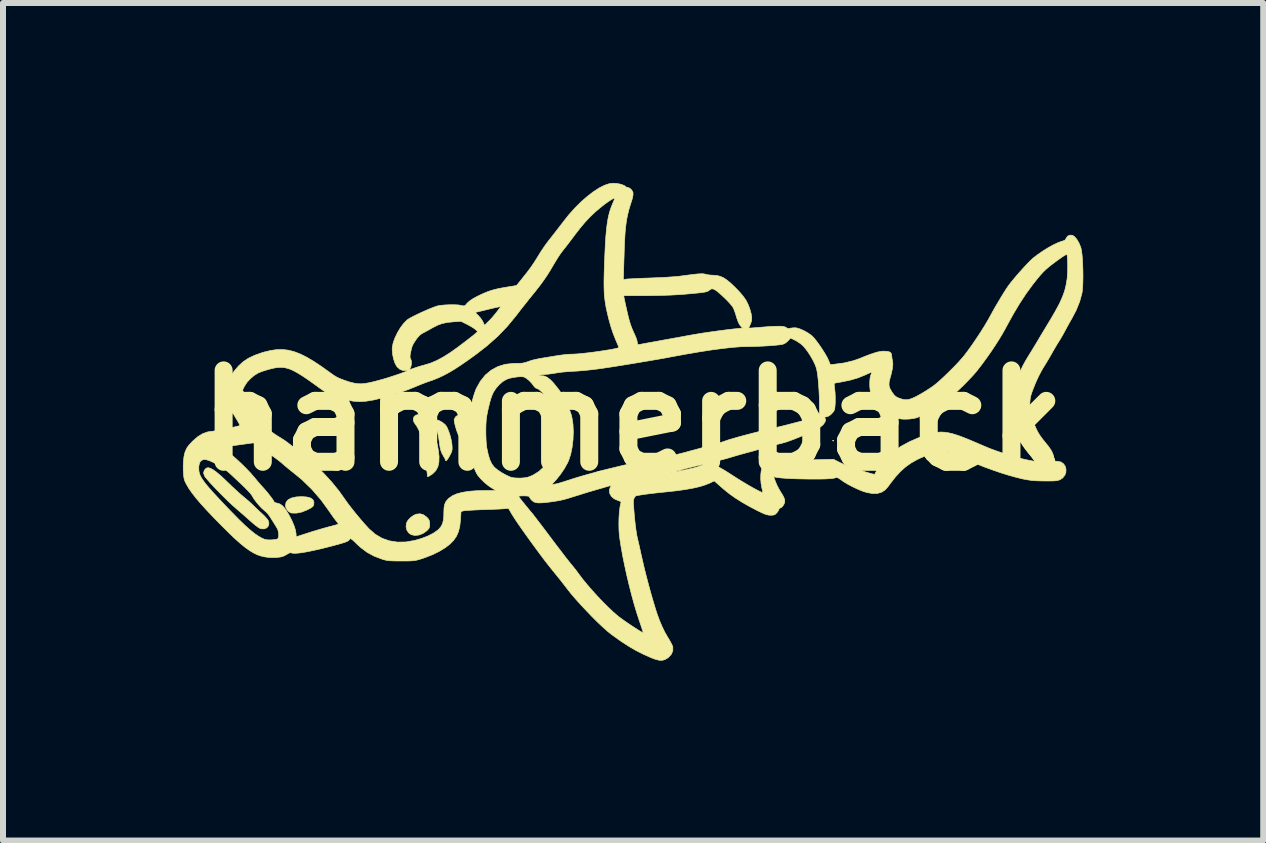
<source format=kicad_pcb>
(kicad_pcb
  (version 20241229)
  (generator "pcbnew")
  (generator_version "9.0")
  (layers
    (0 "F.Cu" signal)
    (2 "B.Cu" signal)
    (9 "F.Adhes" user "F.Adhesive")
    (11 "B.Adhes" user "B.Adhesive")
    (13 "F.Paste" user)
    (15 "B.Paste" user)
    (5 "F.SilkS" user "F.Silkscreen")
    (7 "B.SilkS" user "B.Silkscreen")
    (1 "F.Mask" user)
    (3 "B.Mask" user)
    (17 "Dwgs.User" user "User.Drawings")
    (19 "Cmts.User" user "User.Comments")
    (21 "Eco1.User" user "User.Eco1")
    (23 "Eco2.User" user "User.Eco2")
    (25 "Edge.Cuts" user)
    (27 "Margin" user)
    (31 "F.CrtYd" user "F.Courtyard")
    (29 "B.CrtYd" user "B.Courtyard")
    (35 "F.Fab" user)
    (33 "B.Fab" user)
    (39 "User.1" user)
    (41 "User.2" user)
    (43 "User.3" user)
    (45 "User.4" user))
  (footprint "hammerback"
    (layer "F.Cu")
    (at 7.5 3.96)
    (property "Reference" "hammerback" (at 0 0 0) (layer "F.SilkS") (effects (font (size 1.524 1.524) (thickness 0.3))))
    (attr through_hole)
    (fp_poly (pts (xy 3.772 0.768) (xy 3.766 0.775) (xy 3.759 0.768) (xy 3.766 0.762) (xy 3.772 0.768)) (stroke (width 0.01) (type solid)) (fill yes) (layer "F.SilkS"))
    (fp_poly (pts (xy 3.349 0.334) (xy 3.347 0.342) (xy 3.34 0.343) (xy 3.33 0.338) (xy 3.332 0.334) (xy 3.347 0.333) (xy 3.349 0.334)) (stroke (width 0.01) (type solid)) (fill yes) (layer "F.SilkS"))
    (fp_poly (pts (xy -5.434 1.276) (xy -5.372 1.293) (xy -5.332 1.321) (xy -5.316 1.361) (xy -5.319 1.405) (xy -5.328 1.426) (xy -5.347 1.445) (xy -5.38 1.466) (xy -5.427 1.49) (xy -5.518 1.527) (xy -5.605 1.545) (xy -5.683 1.544) (xy -5.699 1.541) (xy -5.734 1.522) (xy -5.766 1.487) (xy -5.787 1.445) (xy -5.791 1.416) (xy -5.78 1.363) (xy -5.747 1.322) (xy -5.691 1.293) (xy -5.613 1.275) (xy -5.518 1.27) (xy -5.434 1.276)) (stroke (width 0.01) (type solid)) (fill yes) (layer "F.SilkS"))
    (fp_poly (pts (xy -3.49 1.572) (xy -3.436 1.612) (xy -3.429 1.619) (xy -3.402 1.65) (xy -3.39 1.68) (xy -3.386 1.719) (xy -3.386 1.729) (xy -3.388 1.769) (xy -3.396 1.796) (xy -3.417 1.822) (xy -3.438 1.842) (xy -3.499 1.885) (xy -3.568 1.911) (xy -3.637 1.917) (xy -3.694 1.904) (xy -3.737 1.874) (xy -3.767 1.828) (xy -3.78 1.772) (xy -3.774 1.713) (xy -3.772 1.708) (xy -3.747 1.663) (xy -3.704 1.618) (xy -3.654 1.582) (xy -3.607 1.562) (xy -3.545 1.556) (xy -3.49 1.572)) (stroke (width 0.01) (type solid)) (fill yes) (layer "F.SilkS"))
    (fp_poly (pts (xy -3.529 -0.089) (xy -3.513 -0.083) (xy -3.465 -0.048) (xy -3.417 0.01) (xy -3.371 0.086) (xy -3.329 0.178) (xy -3.292 0.282) (xy -3.261 0.396) (xy -3.244 0.483) (xy -3.23 0.597) (xy -3.232 0.692) (xy -3.249 0.771) (xy -3.284 0.836) (xy -3.336 0.889) (xy -3.389 0.924) (xy -3.414 0.936) (xy -3.424 0.934) (xy -3.426 0.913) (xy -3.426 0.898) (xy -3.43 0.862) (xy -3.439 0.815) (xy -3.446 0.787) (xy -3.454 0.745) (xy -3.463 0.685) (xy -3.469 0.619) (xy -3.472 0.578) (xy -3.483 0.467) (xy -3.502 0.358) (xy -3.529 0.257) (xy -3.563 0.169) (xy -3.6 0.098) (xy -3.623 0.067) (xy -3.652 0.021) (xy -3.66 -0.023) (xy -3.648 -0.061) (xy -3.62 -0.087) (xy -3.58 -0.098) (xy -3.529 -0.089)) (stroke (width 0.01) (type solid)) (fill yes) (layer "F.SilkS"))
    (fp_poly (pts (xy -3.245 -0.004) (xy -3.209 0.012) (xy -3.205 0.014) (xy -3.164 0.04) (xy -3.128 0.07) (xy -3.117 0.083) (xy -3.092 0.125) (xy -3.067 0.186) (xy -3.044 0.256) (xy -3.026 0.329) (xy -3.015 0.397) (xy -3.014 0.412) (xy -3.011 0.462) (xy -3.014 0.498) (xy -3.024 0.531) (xy -3.045 0.574) (xy -3.05 0.583) (xy -3.077 0.63) (xy -3.099 0.661) (xy -3.116 0.673) (xy -3.124 0.665) (xy -3.124 0.658) (xy -3.131 0.637) (xy -3.148 0.607) (xy -3.154 0.597) (xy -3.179 0.554) (xy -3.198 0.508) (xy -3.212 0.452) (xy -3.223 0.38) (xy -3.227 0.346) (xy -3.237 0.281) (xy -3.251 0.214) (xy -3.267 0.157) (xy -3.271 0.145) (xy -3.291 0.088) (xy -3.3 0.049) (xy -3.298 0.022) (xy -3.287 0.004) (xy -3.283 -0.000128) (xy -3.267 -0.008) (xy -3.245 -0.004)) (stroke (width 0.01) (type solid)) (fill yes) (layer "F.SilkS"))
    (fp_poly (pts (xy -7.039 0.799) (xy -6.993 0.824) (xy -6.936 0.866) (xy -6.868 0.924) (xy -6.785 1.001) (xy -6.731 1.053) (xy -6.672 1.11) (xy -6.61 1.167) (xy -6.552 1.22) (xy -6.503 1.262) (xy -6.49 1.273) (xy -6.437 1.317) (xy -6.381 1.366) (xy -6.333 1.411) (xy -6.323 1.421) (xy -6.276 1.467) (xy -6.221 1.519) (xy -6.174 1.561) (xy -6.135 1.599) (xy -6.101 1.637) (xy -6.079 1.667) (xy -6.077 1.671) (xy -6.066 1.718) (xy -6.076 1.759) (xy -6.102 1.79) (xy -6.142 1.807) (xy -6.189 1.807) (xy -6.219 1.798) (xy -6.245 1.782) (xy -6.283 1.754) (xy -6.33 1.716) (xy -6.378 1.674) (xy -6.439 1.62) (xy -6.509 1.558) (xy -6.579 1.498) (xy -6.619 1.463) (xy -6.671 1.417) (xy -6.73 1.362) (xy -6.795 1.299) (xy -6.861 1.233) (xy -6.927 1.166) (xy -6.989 1.101) (xy -7.045 1.041) (xy -7.09 0.989) (xy -7.124 0.949) (xy -7.142 0.923) (xy -7.142 0.922) (xy -7.156 0.876) (xy -7.146 0.836) (xy -7.127 0.81) (xy -7.104 0.792) (xy -7.075 0.788) (xy -7.039 0.799)) (stroke (width 0.01) (type solid)) (fill yes) (layer "F.SilkS"))
    (fp_poly (pts (xy -0.273 -3.952) (xy -0.216 -3.942) (xy -0.167 -3.927) (xy -0.133 -3.911) (xy -0.126 -3.904) (xy -0.101 -3.888) (xy -0.089 -3.886) (xy -0.055 -3.875) (xy -0.023 -3.848) (xy -0.000099 -3.812) (xy 0.004 -3.797) (xy 0.004 -3.756) (xy -0.009 -3.695) (xy -0.02 -3.66) (xy -0.045 -3.581) (xy -0.067 -3.507) (xy -0.084 -3.436) (xy -0.099 -3.365) (xy -0.111 -3.289) (xy -0.121 -3.207) (xy -0.129 -3.115) (xy -0.135 -3.008) (xy -0.141 -2.885) (xy -0.145 -2.741) (xy -0.148 -2.656) (xy -0.157 -2.346) (xy -0.123 -2.354) (xy -0.102 -2.357) (xy -0.06 -2.36) (xy 0.002 -2.363) (xy 0.078 -2.367) (xy 0.165 -2.371) (xy 0.26 -2.374) (xy 0.282 -2.375) (xy 0.385 -2.379) (xy 0.487 -2.383) (xy 0.582 -2.389) (xy 0.667 -2.395) (xy 0.737 -2.4) (xy 0.786 -2.406) (xy 0.787 -2.406) (xy 0.902 -2.421) (xy 0.993 -2.433) (xy 1.065 -2.441) (xy 1.121 -2.445) (xy 1.162 -2.446) (xy 1.191 -2.443) (xy 1.212 -2.438) (xy 1.213 -2.438) (xy 1.245 -2.43) (xy 1.292 -2.424) (xy 1.344 -2.421) (xy 1.346 -2.421) (xy 1.407 -2.416) (xy 1.461 -2.402) (xy 1.515 -2.378) (xy 1.571 -2.34) (xy 1.635 -2.287) (xy 1.702 -2.223) (xy 1.779 -2.144) (xy 1.838 -2.074) (xy 1.884 -2.01) (xy 1.918 -1.945) (xy 1.946 -1.875) (xy 1.951 -1.861) (xy 1.973 -1.782) (xy 1.983 -1.72) (xy 1.982 -1.669) (xy 1.968 -1.622) (xy 1.959 -1.601) (xy 1.944 -1.568) (xy 1.935 -1.546) (xy 1.935 -1.541) (xy 1.948 -1.54) (xy 1.983 -1.542) (xy 2.034 -1.546) (xy 2.099 -1.551) (xy 2.173 -1.557) (xy 2.287 -1.566) (xy 2.378 -1.57) (xy 2.448 -1.571) (xy 2.501 -1.568) (xy 2.537 -1.56) (xy 2.559 -1.549) (xy 2.561 -1.547) (xy 2.58 -1.535) (xy 2.607 -1.534) (xy 2.633 -1.539) (xy 2.679 -1.545) (xy 2.723 -1.544) (xy 2.73 -1.543) (xy 2.793 -1.524) (xy 2.863 -1.492) (xy 2.932 -1.452) (xy 2.988 -1.41) (xy 3.024 -1.373) (xy 3.067 -1.318) (xy 3.115 -1.253) (xy 3.162 -1.182) (xy 3.206 -1.113) (xy 3.242 -1.049) (xy 3.264 -1.002) (xy 3.293 -0.931) (xy 3.351 -0.936) (xy 3.525 -0.959) (xy 3.682 -0.997) (xy 3.778 -1.031) (xy 3.879 -1.072) (xy 3.961 -1.103) (xy 4.027 -1.125) (xy 4.081 -1.141) (xy 4.127 -1.15) (xy 4.168 -1.155) (xy 4.192 -1.155) (xy 4.252 -1.151) (xy 4.291 -1.138) (xy 4.312 -1.112) (xy 4.318 -1.072) (xy 4.318 -1.072) (xy 4.322 -1.033) (xy 4.331 -0.991) (xy 4.331 -0.991) (xy 4.336 -0.937) (xy 4.328 -0.862) (xy 4.307 -0.767) (xy 4.29 -0.707) (xy 4.274 -0.641) (xy 4.272 -0.587) (xy 4.285 -0.538) (xy 4.315 -0.484) (xy 4.326 -0.467) (xy 4.357 -0.425) (xy 4.386 -0.398) (xy 4.422 -0.379) (xy 4.45 -0.368) (xy 4.504 -0.351) (xy 4.551 -0.345) (xy 4.599 -0.349) (xy 4.653 -0.366) (xy 4.717 -0.395) (xy 4.783 -0.431) (xy 4.848 -0.469) (xy 4.914 -0.51) (xy 4.973 -0.549) (xy 5.012 -0.576) (xy 5.065 -0.618) (xy 5.13 -0.675) (xy 5.203 -0.743) (xy 5.279 -0.817) (xy 5.355 -0.893) (xy 5.425 -0.966) (xy 5.485 -1.033) (xy 5.524 -1.079) (xy 5.586 -1.161) (xy 5.656 -1.258) (xy 5.728 -1.364) (xy 5.8 -1.473) (xy 5.866 -1.578) (xy 5.923 -1.675) (xy 5.956 -1.734) (xy 5.997 -1.809) (xy 6.043 -1.891) (xy 6.093 -1.975) (xy 6.142 -2.058) (xy 6.189 -2.134) (xy 6.231 -2.2) (xy 6.265 -2.249) (xy 6.278 -2.267) (xy 6.333 -2.336) (xy 6.395 -2.41) (xy 6.46 -2.484) (xy 6.524 -2.555) (xy 6.583 -2.618) (xy 6.635 -2.67) (xy 6.675 -2.707) (xy 6.677 -2.709) (xy 6.755 -2.768) (xy 6.839 -2.826) (xy 6.924 -2.879) (xy 7.007 -2.925) (xy 7.082 -2.961) (xy 7.145 -2.985) (xy 7.171 -2.992) (xy 7.205 -3.006) (xy 7.224 -3.035) (xy 7.225 -3.037) (xy 7.249 -3.072) (xy 7.287 -3.09) (xy 7.331 -3.087) (xy 7.334 -3.086) (xy 7.368 -3.062) (xy 7.404 -3.019) (xy 7.438 -2.961) (xy 7.466 -2.894) (xy 7.47 -2.884) (xy 7.481 -2.835) (xy 7.49 -2.767) (xy 7.497 -2.683) (xy 7.502 -2.588) (xy 7.505 -2.489) (xy 7.506 -2.39) (xy 7.504 -2.297) (xy 7.5 -2.213) (xy 7.493 -2.145) (xy 7.488 -2.117) (xy 7.451 -1.982) (xy 7.394 -1.84) (xy 7.319 -1.697) (xy 7.284 -1.637) (xy 7.249 -1.573) (xy 7.218 -1.516) (xy 7.207 -1.495) (xy 7.176 -1.438) (xy 7.139 -1.374) (xy 7.108 -1.323) (xy 7.078 -1.276) (xy 7.042 -1.215) (xy 7.004 -1.15) (xy 6.979 -1.105) (xy 6.941 -1.039) (xy 6.899 -0.969) (xy 6.86 -0.905) (xy 6.838 -0.87) (xy 6.809 -0.819) (xy 6.774 -0.752) (xy 6.738 -0.677) (xy 6.705 -0.6) (xy 6.699 -0.584) (xy 6.67 -0.512) (xy 6.65 -0.457) (xy 6.637 -0.414) (xy 6.628 -0.375) (xy 6.623 -0.335) (xy 6.62 -0.287) (xy 6.62 -0.273) (xy 6.618 -0.216) (xy 6.618 -0.174) (xy 6.623 -0.137) (xy 6.634 -0.098) (xy 6.651 -0.048) (xy 6.664 -0.013) (xy 6.699 0.076) (xy 6.73 0.146) (xy 6.76 0.205) (xy 6.795 0.259) (xy 6.836 0.315) (xy 6.869 0.356) (xy 6.925 0.425) (xy 6.966 0.482) (xy 6.993 0.53) (xy 7.01 0.574) (xy 7.019 0.618) (xy 7.019 0.62) (xy 7.026 0.679) (xy 7.083 0.681) (xy 7.139 0.693) (xy 7.181 0.722) (xy 7.21 0.764) (xy 7.223 0.813) (xy 7.221 0.866) (xy 7.202 0.916) (xy 7.166 0.96) (xy 7.131 0.983) (xy 7.11 0.993) (xy 7.086 1) (xy 7.057 1.005) (xy 7.017 1.008) (xy 6.961 1.009) (xy 6.885 1.009) (xy 6.871 1.009) (xy 6.782 1.008) (xy 6.711 1.005) (xy 6.649 1) (xy 6.589 0.991) (xy 6.522 0.979) (xy 6.496 0.974) (xy 6.391 0.948) (xy 6.268 0.914) (xy 6.136 0.873) (xy 6 0.826) (xy 5.865 0.777) (xy 5.74 0.727) (xy 5.658 0.692) (xy 5.53 0.637) (xy 5.415 0.591) (xy 5.314 0.557) (xy 5.232 0.533) (xy 5.168 0.522) (xy 5.148 0.521) (xy 5.099 0.526) (xy 5.034 0.541) (xy 4.959 0.564) (xy 4.879 0.592) (xy 4.801 0.624) (xy 4.743 0.651) (xy 4.642 0.708) (xy 4.55 0.773) (xy 4.465 0.849) (xy 4.38 0.941) (xy 4.294 1.051) (xy 4.261 1.097) (xy 4.208 1.158) (xy 4.147 1.197) (xy 4.077 1.217) (xy 3.994 1.218) (xy 3.896 1.2) (xy 3.894 1.199) (xy 3.83 1.179) (xy 3.753 1.147) (xy 3.671 1.108) (xy 3.59 1.066) (xy 3.519 1.024) (xy 3.486 1) (xy 3.446 0.972) (xy 3.42 0.956) (xy 3.4 0.952) (xy 3.379 0.955) (xy 3.365 0.96) (xy 3.334 0.966) (xy 3.28 0.971) (xy 3.21 0.975) (xy 3.125 0.977) (xy 3.03 0.977) (xy 2.93 0.977) (xy 2.827 0.975) (xy 2.725 0.973) (xy 2.629 0.969) (xy 2.542 0.964) (xy 2.468 0.958) (xy 2.411 0.951) (xy 2.378 0.945) (xy 2.349 0.937) (xy 2.379 1.02) (xy 2.403 1.077) (xy 2.435 1.139) (xy 2.461 1.184) (xy 2.5 1.246) (xy 2.523 1.293) (xy 2.534 1.331) (xy 2.533 1.363) (xy 2.532 1.369) (xy 2.517 1.404) (xy 2.494 1.436) (xy 2.469 1.457) (xy 2.455 1.46) (xy 2.44 1.471) (xy 2.438 1.479) (xy 2.43 1.5) (xy 2.41 1.529) (xy 2.402 1.539) (xy 2.377 1.564) (xy 2.353 1.576) (xy 2.318 1.58) (xy 2.297 1.58) (xy 2.265 1.578) (xy 2.233 1.571) (xy 2.196 1.559) (xy 2.147 1.537) (xy 2.083 1.506) (xy 2.075 1.502) (xy 1.938 1.43) (xy 1.819 1.362) (xy 1.713 1.295) (xy 1.614 1.225) (xy 1.517 1.147) (xy 1.432 1.073) (xy 1.359 1.008) (xy 1.286 1.043) (xy 1.209 1.074) (xy 1.117 1.103) (xy 1.008 1.128) (xy 0.88 1.151) (xy 0.732 1.172) (xy 0.56 1.191) (xy 0.529 1.194) (xy 0.44 1.203) (xy 0.351 1.213) (xy 0.267 1.223) (xy 0.192 1.233) (xy 0.128 1.243) (xy 0.08 1.251) (xy 0.051 1.257) (xy 0.045 1.261) (xy 0.038 1.272) (xy 0.023 1.295) (xy 0.017 1.308) (xy 0.013 1.325) (xy 0.011 1.348) (xy 0.011 1.382) (xy 0.014 1.431) (xy 0.019 1.498) (xy 0.026 1.581) (xy 0.034 1.666) (xy 0.043 1.748) (xy 0.053 1.823) (xy 0.062 1.883) (xy 0.069 1.924) (xy 0.079 1.967) (xy 0.093 2.028) (xy 0.11 2.101) (xy 0.127 2.18) (xy 0.139 2.235) (xy 0.165 2.348) (xy 0.194 2.472) (xy 0.227 2.603) (xy 0.262 2.736) (xy 0.297 2.865) (xy 0.332 2.987) (xy 0.365 3.097) (xy 0.394 3.19) (xy 0.411 3.241) (xy 0.451 3.348) (xy 0.49 3.439) (xy 0.53 3.522) (xy 0.577 3.605) (xy 0.604 3.649) (xy 0.631 3.696) (xy 0.654 3.741) (xy 0.667 3.775) (xy 0.668 3.78) (xy 0.667 3.842) (xy 0.642 3.9) (xy 0.593 3.952) (xy 0.588 3.956) (xy 0.541 3.985) (xy 0.493 3.999) (xy 0.439 3.998) (xy 0.373 3.981) (xy 0.311 3.958) (xy 0.18 3.9) (xy 0.055 3.837) (xy -0.068 3.765) (xy -0.196 3.682) (xy -0.333 3.584) (xy -0.363 3.562) (xy -0.428 3.509) (xy -0.505 3.44) (xy -0.591 3.359) (xy -0.682 3.268) (xy -0.775 3.171) (xy -0.867 3.073) (xy -0.954 2.976) (xy -1.033 2.884) (xy -1.099 2.8) (xy -1.104 2.793) (xy -1.155 2.727) (xy -1.21 2.657) (xy -1.262 2.592) (xy -1.307 2.537) (xy -1.315 2.527) (xy -1.366 2.464) (xy -1.426 2.388) (xy -1.493 2.301) (xy -1.563 2.207) (xy -1.636 2.108) (xy -1.709 2.008) (xy -1.78 1.909) (xy -1.847 1.815) (xy -1.908 1.727) (xy -1.96 1.65) (xy -2.002 1.585) (xy -2.031 1.537) (xy -2.04 1.521) (xy -2.06 1.485) (xy -2.075 1.468) (xy -2.091 1.465) (xy -2.1 1.467) (xy -2.119 1.47) (xy -2.161 1.473) (xy -2.22 1.477) (xy -2.294 1.48) (xy -2.378 1.483) (xy -2.457 1.486) (xy -2.549 1.489) (xy -2.633 1.493) (xy -2.707 1.497) (xy -2.767 1.501) (xy -2.808 1.504) (xy -2.826 1.508) (xy -2.864 1.519) (xy -2.872 1.652) (xy -2.884 1.762) (xy -2.906 1.853) (xy -2.94 1.931) (xy -2.989 2.001) (xy -3.049 2.062) (xy -3.127 2.122) (xy -3.224 2.181) (xy -3.335 2.236) (xy -3.454 2.283) (xy -3.505 2.301) (xy -3.554 2.316) (xy -3.594 2.327) (xy -3.631 2.335) (xy -3.67 2.339) (xy -3.717 2.342) (xy -3.778 2.343) (xy -3.859 2.343) (xy -3.861 2.343) (xy -3.945 2.343) (xy -4.009 2.341) (xy -4.058 2.339) (xy -4.098 2.334) (xy -4.133 2.326) (xy -4.171 2.316) (xy -4.178 2.313) (xy -4.311 2.263) (xy -4.429 2.199) (xy -4.538 2.117) (xy -4.592 2.068) (xy -4.639 2.022) (xy -4.672 1.992) (xy -4.694 1.976) (xy -4.707 1.971) (xy -4.716 1.975) (xy -4.722 1.983) (xy -4.732 1.996) (xy -4.747 2.008) (xy -4.77 2.02) (xy -4.802 2.032) (xy -4.849 2.047) (xy -4.911 2.065) (xy -4.992 2.087) (xy -5.093 2.113) (xy -5.231 2.147) (xy -5.354 2.174) (xy -5.461 2.195) (xy -5.55 2.209) (xy -5.619 2.215) (xy -5.666 2.214) (xy -5.681 2.211) (xy -5.707 2.205) (xy -5.733 2.212) (xy -5.761 2.229) (xy -5.815 2.259) (xy -5.875 2.277) (xy -5.949 2.285) (xy -5.989 2.286) (xy -6.061 2.284) (xy -6.128 2.276) (xy -6.192 2.262) (xy -6.256 2.241) (xy -6.321 2.21) (xy -6.389 2.169) (xy -6.463 2.116) (xy -6.543 2.051) (xy -6.632 1.972) (xy -6.731 1.877) (xy -6.843 1.766) (xy -6.97 1.637) (xy -6.993 1.613) (xy -7.107 1.493) (xy -7.204 1.386) (xy -7.284 1.292) (xy -7.35 1.207) (xy -7.403 1.131) (xy -7.445 1.059) (xy -7.469 1.01) (xy -7.482 0.966) (xy -7.49 0.904) (xy -7.494 0.831) (xy -7.494 0.819) (xy -7.236 0.819) (xy -7.232 0.852) (xy -7.224 0.886) (xy -7.211 0.921) (xy -7.19 0.959) (xy -7.161 1.003) (xy -7.123 1.054) (xy -7.073 1.114) (xy -7.012 1.184) (xy -6.937 1.265) (xy -6.848 1.361) (xy -6.742 1.472) (xy -6.68 1.536) (xy -6.568 1.65) (xy -6.469 1.746) (xy -6.381 1.824) (xy -6.305 1.886) (xy -6.236 1.933) (xy -6.179 1.965) (xy -6.137 1.982) (xy -6.098 1.99) (xy -6.049 1.992) (xy -6.023 1.991) (xy -5.976 1.987) (xy -5.939 1.981) (xy -5.918 1.973) (xy -5.918 1.973) (xy -5.906 1.947) (xy -5.903 1.907) (xy -5.908 1.86) (xy -5.919 1.818) (xy -5.928 1.8) (xy -5.979 1.716) (xy -6.02 1.651) (xy -6.052 1.601) (xy -6.079 1.564) (xy -6.102 1.537) (xy -6.125 1.516) (xy -6.139 1.504) (xy -6.184 1.465) (xy -6.233 1.413) (xy -6.28 1.356) (xy -6.32 1.302) (xy -6.345 1.259) (xy -6.358 1.238) (xy -6.382 1.209) (xy -6.417 1.171) (xy -6.466 1.121) (xy -6.53 1.059) (xy -6.611 0.983) (xy -6.709 0.892) (xy -6.715 0.886) (xy -6.776 0.834) (xy -6.845 0.785) (xy -6.919 0.739) (xy -6.991 0.701) (xy -7.057 0.671) (xy -7.113 0.654) (xy -7.149 0.65) (xy -7.192 0.665) (xy -7.22 0.701) (xy -7.235 0.757) (xy -7.236 0.819) (xy -7.494 0.819) (xy -7.495 0.752) (xy -7.491 0.674) (xy -7.483 0.604) (xy -7.471 0.548) (xy -7.467 0.534) (xy -7.449 0.49) (xy -7.431 0.454) (xy -7.427 0.449) (xy -6.884 0.449) (xy -6.785 0.506) (xy -6.733 0.541) (xy -6.668 0.592) (xy -6.596 0.655) (xy -6.52 0.726) (xy -6.445 0.8) (xy -6.374 0.875) (xy -6.312 0.946) (xy -6.301 0.959) (xy -6.26 1.009) (xy -6.215 1.061) (xy -6.176 1.105) (xy -6.17 1.111) (xy -6.13 1.156) (xy -6.088 1.205) (xy -6.05 1.254) (xy -6.017 1.298) (xy -5.993 1.332) (xy -5.982 1.353) (xy -5.982 1.355) (xy -5.971 1.366) (xy -5.942 1.376) (xy -5.93 1.378) (xy -5.885 1.392) (xy -5.843 1.42) (xy -5.802 1.465) (xy -5.759 1.529) (xy -5.731 1.577) (xy -5.683 1.67) (xy -5.647 1.756) (xy -5.623 1.831) (xy -5.614 1.89) (xy -5.613 1.897) (xy -5.613 1.94) (xy -5.421 1.878) (xy -5.34 1.852) (xy -5.252 1.826) (xy -5.168 1.801) (xy -5.095 1.781) (xy -5.082 1.777) (xy -5.023 1.762) (xy -4.972 1.748) (xy -4.935 1.738) (xy -4.917 1.733) (xy -4.911 1.723) (xy -4.924 1.7) (xy -4.94 1.681) (xy -4.963 1.652) (xy -4.996 1.608) (xy -5.033 1.555) (xy -5.067 1.505) (xy -5.2 1.322) (xy -5.35 1.149) (xy -5.511 0.992) (xy -5.645 0.881) (xy -5.702 0.836) (xy -5.767 0.783) (xy -5.828 0.731) (xy -5.848 0.713) (xy -5.905 0.667) (xy -5.973 0.616) (xy -6.042 0.569) (xy -6.077 0.548) (xy -6.134 0.512) (xy -6.188 0.475) (xy -6.232 0.441) (xy -6.255 0.421) (xy -6.291 0.389) (xy -6.319 0.376) (xy -6.337 0.375) (xy -6.359 0.378) (xy -6.402 0.384) (xy -6.461 0.392) (xy -6.533 0.402) (xy -6.612 0.413) (xy -6.626 0.415) (xy -6.884 0.449) (xy -7.427 0.449) (xy -7.408 0.422) (xy -7.376 0.385) (xy -7.333 0.341) (xy -7.253 0.271) (xy -7.17 0.22) (xy -7.088 0.191) (xy -7.036 0.183) (xy -7.006 0.18) (xy -6.957 0.172) (xy -6.895 0.161) (xy -6.824 0.147) (xy -6.75 0.132) (xy -6.679 0.117) (xy -6.617 0.103) (xy -6.569 0.091) (xy -6.55 0.085) (xy -6.553 0.074) (xy -6.567 0.046) (xy -6.59 0.006) (xy -6.616 -0.036) (xy -6.65 -0.093) (xy -6.683 -0.151) (xy -6.708 -0.202) (xy -6.718 -0.226) (xy -6.737 -0.274) (xy -6.755 -0.32) (xy -6.764 -0.343) (xy -6.784 -0.412) (xy -6.789 -0.478) (xy -6.785 -0.508) (xy -6.505 -0.508) (xy -6.471 -0.424) (xy -6.446 -0.372) (xy -6.408 -0.306) (xy -6.359 -0.231) (xy -6.303 -0.15) (xy -6.243 -0.068) (xy -6.183 0.011) (xy -6.124 0.082) (xy -6.071 0.142) (xy -6.027 0.186) (xy -6.012 0.198) (xy -5.978 0.222) (xy -5.931 0.254) (xy -5.878 0.286) (xy -5.861 0.297) (xy -5.804 0.333) (xy -5.74 0.38) (xy -5.679 0.427) (xy -5.658 0.445) (xy -5.603 0.491) (xy -5.537 0.545) (xy -5.472 0.597) (xy -5.436 0.625) (xy -5.297 0.742) (xy -5.157 0.877) (xy -5.021 1.025) (xy -4.897 1.178) (xy -4.803 1.31) (xy -4.754 1.379) (xy -4.692 1.46) (xy -4.621 1.549) (xy -4.547 1.638) (xy -4.473 1.724) (xy -4.404 1.799) (xy -4.396 1.808) (xy -4.294 1.897) (xy -4.181 1.964) (xy -4.058 2.007) (xy -3.925 2.028) (xy -3.783 2.026) (xy -3.634 2) (xy -3.521 1.967) (xy -3.417 1.927) (xy -3.327 1.881) (xy -3.256 1.832) (xy -3.236 1.815) (xy -3.199 1.772) (xy -3.174 1.725) (xy -3.158 1.666) (xy -3.151 1.592) (xy -3.15 1.533) (xy -3.147 1.458) (xy -3.137 1.401) (xy -3.118 1.357) (xy -3.088 1.318) (xy -3.065 1.296) (xy -3.019 1.264) (xy -1.905 1.264) (xy -1.897 1.276) (xy -1.876 1.305) (xy -1.843 1.347) (xy -1.801 1.399) (xy -1.752 1.459) (xy -1.7 1.522) (xy -1.682 1.543) (xy -1.661 1.569) (xy -1.628 1.612) (xy -1.584 1.669) (xy -1.531 1.738) (xy -1.473 1.815) (xy -1.41 1.898) (xy -1.372 1.949) (xy -1.306 2.037) (xy -1.241 2.122) (xy -1.18 2.202) (xy -1.125 2.274) (xy -1.078 2.334) (xy -1.043 2.378) (xy -1.03 2.394) (xy -0.987 2.446) (xy -0.944 2.5) (xy -0.909 2.548) (xy -0.896 2.565) (xy -0.837 2.644) (xy -0.763 2.734) (xy -0.68 2.83) (xy -0.59 2.929) (xy -0.499 3.025) (xy -0.409 3.115) (xy -0.325 3.194) (xy -0.251 3.258) (xy -0.234 3.272) (xy -0.193 3.302) (xy -0.142 3.339) (xy -0.085 3.378) (xy -0.026 3.418) (xy 0.032 3.456) (xy 0.085 3.49) (xy 0.128 3.517) (xy 0.159 3.534) (xy 0.173 3.539) (xy 0.173 3.539) (xy 0.171 3.527) (xy 0.161 3.494) (xy 0.145 3.445) (xy 0.125 3.385) (xy 0.108 3.336) (xy 0.068 3.213) (xy 0.025 3.07) (xy -0.018 2.914) (xy -0.06 2.749) (xy -0.1 2.581) (xy -0.136 2.416) (xy -0.168 2.26) (xy -0.179 2.197) (xy -0.197 2.095) (xy -0.21 2.012) (xy -0.22 1.944) (xy -0.226 1.885) (xy -0.23 1.829) (xy -0.231 1.771) (xy -0.232 1.721) (xy -0.23 1.623) (xy -0.224 1.532) (xy -0.215 1.454) (xy -0.204 1.393) (xy -0.195 1.366) (xy -0.203 1.352) (xy -0.234 1.338) (xy -0.248 1.334) (xy -0.309 1.307) (xy -0.355 1.268) (xy -0.383 1.22) (xy -0.391 1.168) (xy -0.378 1.12) (xy -0.359 1.082) (xy -0.437 1.105) (xy -0.482 1.118) (xy -0.543 1.136) (xy -0.61 1.155) (xy -0.654 1.168) (xy -0.723 1.188) (xy -0.805 1.213) (xy -0.89 1.24) (xy -0.965 1.263) (xy -1.055 1.291) (xy -1.129 1.313) (xy -1.195 1.329) (xy -1.263 1.342) (xy -1.339 1.354) (xy -1.425 1.365) (xy -1.507 1.373) (xy -1.57 1.375) (xy -1.617 1.37) (xy -1.653 1.356) (xy -1.682 1.333) (xy -1.695 1.319) (xy -1.715 1.292) (xy -1.727 1.272) (xy -1.727 1.269) (xy -1.739 1.263) (xy -1.769 1.259) (xy -1.813 1.257) (xy -1.816 1.257) (xy -1.86 1.258) (xy -1.892 1.261) (xy -1.905 1.264) (xy -1.905 1.264) (xy -3.019 1.264) (xy -3.008 1.256) (xy -2.936 1.224) (xy -2.847 1.2) (xy -2.74 1.182) (xy -2.612 1.172) (xy -2.461 1.168) (xy -2.451 1.168) (xy -2.28 1.168) (xy -2.348 1.128) (xy -2.41 1.086) (xy -2.474 1.033) (xy -2.533 0.975) (xy -2.581 0.919) (xy -2.606 0.88) (xy -2.639 0.808) (xy -2.669 0.717) (xy -2.696 0.615) (xy -2.717 0.509) (xy -2.724 0.463) (xy -2.732 0.407) (xy -2.739 0.362) (xy -2.744 0.332) (xy -2.747 0.322) (xy -2.753 0.33) (xy -2.764 0.355) (xy -2.769 0.368) (xy -2.781 0.4) (xy -2.793 0.417) (xy -2.796 0.419) (xy -2.807 0.409) (xy -2.824 0.383) (xy -2.834 0.365) (xy -2.857 0.323) (xy -2.883 0.282) (xy -2.89 0.273) (xy -2.907 0.243) (xy -2.926 0.197) (xy -2.939 0.158) (xy -2.45 0.158) (xy -2.449 0.255) (xy -2.445 0.348) (xy -2.438 0.428) (xy -2.433 0.46) (xy -2.41 0.568) (xy -2.384 0.653) (xy -2.353 0.72) (xy -2.316 0.771) (xy -2.304 0.783) (xy -2.252 0.826) (xy -2.185 0.871) (xy -2.112 0.911) (xy -2.044 0.942) (xy -2.028 0.948) (xy -1.974 0.958) (xy -1.901 0.961) (xy -1.865 0.961) (xy -1.804 0.956) (xy -1.757 0.948) (xy -1.712 0.933) (xy -1.661 0.91) (xy -1.566 0.851) (xy -1.478 0.77) (xy -1.398 0.666) (xy -1.366 0.613) (xy -1.326 0.537) (xy -1.298 0.458) (xy -1.278 0.369) (xy -1.266 0.266) (xy -1.261 0.184) (xy -1.261 0.065) (xy -1.272 -0.037) (xy -1.297 -0.131) (xy -1.337 -0.223) (xy -1.395 -0.321) (xy -1.41 -0.344) (xy -1.451 -0.399) (xy -1.494 -0.45) (xy -1.536 -0.492) (xy -1.571 -0.521) (xy -1.597 -0.533) (xy -1.6 -0.533) (xy -1.625 -0.545) (xy -1.653 -0.577) (xy -1.656 -0.582) (xy -1.689 -0.625) (xy -1.73 -0.667) (xy -1.773 -0.702) (xy -1.811 -0.723) (xy -1.823 -0.727) (xy -1.868 -0.73) (xy -1.928 -0.726) (xy -1.994 -0.716) (xy -2.056 -0.703) (xy -2.104 -0.686) (xy -2.166 -0.65) (xy -2.228 -0.596) (xy -2.285 -0.53) (xy -2.329 -0.461) (xy -2.329 -0.459) (xy -2.356 -0.395) (xy -2.383 -0.306) (xy -2.411 -0.192) (xy -2.432 -0.089) (xy -2.442 -0.022) (xy -2.448 0.063) (xy -2.45 0.158) (xy -2.939 0.158) (xy -2.944 0.143) (xy -2.96 0.088) (xy -2.972 0.037) (xy -2.978 -0.002) (xy -2.977 -0.02) (xy -2.951 -0.064) (xy -2.917 -0.086) (xy -2.878 -0.087) (xy -2.836 -0.069) (xy -2.796 -0.03) (xy -2.766 0.017) (xy -2.757 0.033) (xy -2.751 0.038) (xy -2.745 0.027) (xy -2.74 -0.001) (xy -2.733 -0.051) (xy -2.731 -0.063) (xy -2.718 -0.145) (xy -2.699 -0.236) (xy -2.676 -0.327) (xy -2.652 -0.414) (xy -2.627 -0.487) (xy -2.61 -0.531) (xy -2.541 -0.654) (xy -2.465 -0.748) (xy -1.575 -0.748) (xy -1.564 -0.743) (xy -1.537 -0.744) (xy -1.532 -0.745) (xy -1.482 -0.743) (xy -1.429 -0.721) (xy -1.371 -0.676) (xy -1.326 -0.63) (xy -1.227 -0.507) (xy -1.142 -0.373) (xy -1.074 -0.234) (xy -1.026 -0.095) (xy -1.015 -0.051) (xy -0.997 0.063) (xy -0.991 0.188) (xy -0.996 0.318) (xy -1.011 0.445) (xy -1.035 0.564) (xy -1.069 0.667) (xy -1.086 0.705) (xy -1.14 0.802) (xy -1.207 0.901) (xy -1.278 0.989) (xy -1.287 0.999) (xy -1.352 1.07) (xy -1.295 1.061) (xy -1.261 1.054) (xy -1.211 1.04) (xy -1.149 1.021) (xy -1.083 1) (xy -1.073 0.997) (xy -0.982 0.967) (xy -0.873 0.934) (xy -0.753 0.9) (xy -0.63 0.866) (xy -0.599 0.857) (xy 0.635 0.857) (xy 0.641 0.864) (xy 0.648 0.857) (xy 0.641 0.851) (xy 0.635 0.857) (xy -0.599 0.857) (xy -0.562 0.847) (xy 0.725 0.847) (xy 0.73 0.849) (xy 0.759 0.846) (xy 0.811 0.836) (xy 0.888 0.821) (xy 0.889 0.82) (xy 0.956 0.805) (xy 1.023 0.789) (xy 1.08 0.773) (xy 1.111 0.763) (xy 1.151 0.749) (xy 1.181 0.74) (xy 1.192 0.737) (xy 1.192 0.731) (xy 1.179 0.732) (xy 1.145 0.739) (xy 1.093 0.75) (xy 1.029 0.766) (xy 0.955 0.784) (xy 0.939 0.788) (xy 0.852 0.81) (xy 0.786 0.828) (xy 0.744 0.84) (xy 0.725 0.847) (xy -0.562 0.847) (xy -0.511 0.834) (xy -0.402 0.807) (xy -0.381 0.802) (xy -0.319 0.787) (xy -0.245 0.769) (xy -0.171 0.751) (xy -0.14 0.744) (xy -0.071 0.728) (xy -0.018 0.718) (xy 1.232 0.718) (xy 1.238 0.724) (xy 1.242 0.721) (xy 1.27 0.721) (xy 1.286 0.724) (xy 1.29 0.724) (xy 1.327 0.73) (xy 1.377 0.749) (xy 1.441 0.781) (xy 1.522 0.827) (xy 1.619 0.888) (xy 1.673 0.923) (xy 1.74 0.966) (xy 1.811 1.01) (xy 1.884 1.054) (xy 1.955 1.096) (xy 2.021 1.133) (xy 2.079 1.164) (xy 2.125 1.187) (xy 2.155 1.201) (xy 2.167 1.203) (xy 2.166 1.19) (xy 2.16 1.159) (xy 2.152 1.124) (xy 2.139 1.051) (xy 2.133 0.977) (xy 2.134 0.906) (xy 2.141 0.842) (xy 2.153 0.79) (xy 2.171 0.753) (xy 2.193 0.737) (xy 2.198 0.737) (xy 2.223 0.728) (xy 2.251 0.707) (xy 2.252 0.706) (xy 2.288 0.683) (xy 2.337 0.667) (xy 2.389 0.661) (xy 2.427 0.664) (xy 2.446 0.666) (xy 2.487 0.666) (xy 2.547 0.666) (xy 2.623 0.665) (xy 2.712 0.664) (xy 2.811 0.661) (xy 2.899 0.659) (xy 3.345 0.647) (xy 3.46 0.705) (xy 3.513 0.729) (xy 3.561 0.749) (xy 3.598 0.76) (xy 3.612 0.762) (xy 3.643 0.768) (xy 3.663 0.78) (xy 3.677 0.788) (xy 3.71 0.801) (xy 3.757 0.818) (xy 3.812 0.836) (xy 3.87 0.855) (xy 3.926 0.872) (xy 3.975 0.886) (xy 4.012 0.895) (xy 4.031 0.899) (xy 4.033 0.898) (xy 4.039 0.886) (xy 4.054 0.858) (xy 4.075 0.819) (xy 4.078 0.813) (xy 4.145 0.711) (xy 4.234 0.612) (xy 4.344 0.518) (xy 4.472 0.431) (xy 4.616 0.353) (xy 4.772 0.285) (xy 4.877 0.248) (xy 4.949 0.226) (xy 5.015 0.209) (xy 5.076 0.198) (xy 5.136 0.193) (xy 5.198 0.196) (xy 5.264 0.206) (xy 5.337 0.223) (xy 5.42 0.249) (xy 5.515 0.284) (xy 5.626 0.329) (xy 5.755 0.384) (xy 5.867 0.432) (xy 5.961 0.471) (xy 6.071 0.511) (xy 6.189 0.551) (xy 6.308 0.589) (xy 6.421 0.621) (xy 6.52 0.646) (xy 6.547 0.652) (xy 6.605 0.664) (xy 6.654 0.673) (xy 6.688 0.679) (xy 6.703 0.68) (xy 6.703 0.68) (xy 6.698 0.669) (xy 6.679 0.643) (xy 6.651 0.608) (xy 6.64 0.595) (xy 6.585 0.529) (xy 6.541 0.472) (xy 6.505 0.421) (xy 6.474 0.368) (xy 6.445 0.31) (xy 6.416 0.241) (xy 6.384 0.157) (xy 6.358 0.085) (xy 6.334 0.017) (xy 6.317 -0.034) (xy 6.307 -0.076) (xy 6.302 -0.115) (xy 6.3 -0.159) (xy 6.299 -0.2) (xy 6.301 -0.287) (xy 6.308 -0.364) (xy 6.321 -0.437) (xy 6.341 -0.513) (xy 6.371 -0.6) (xy 6.402 -0.679) (xy 6.438 -0.768) (xy 6.47 -0.841) (xy 6.501 -0.907) (xy 6.536 -0.972) (xy 6.578 -1.044) (xy 6.621 -1.114) (xy 6.654 -1.167) (xy 6.694 -1.233) (xy 6.735 -1.301) (xy 6.762 -1.346) (xy 6.795 -1.402) (xy 6.837 -1.472) (xy 6.885 -1.551) (xy 6.934 -1.633) (xy 6.972 -1.695) (xy 7.05 -1.83) (xy 7.114 -1.949) (xy 7.163 -2.058) (xy 7.2 -2.16) (xy 7.225 -2.261) (xy 7.242 -2.364) (xy 7.249 -2.474) (xy 7.251 -2.559) (xy 7.25 -2.625) (xy 7.248 -2.683) (xy 7.245 -2.728) (xy 7.242 -2.755) (xy 7.241 -2.758) (xy 7.235 -2.765) (xy 7.221 -2.763) (xy 7.198 -2.751) (xy 7.161 -2.727) (xy 7.109 -2.69) (xy 7.093 -2.679) (xy 7.012 -2.619) (xy 6.947 -2.569) (xy 6.891 -2.521) (xy 6.841 -2.473) (xy 6.792 -2.419) (xy 6.738 -2.354) (xy 6.675 -2.274) (xy 6.665 -2.261) (xy 6.559 -2.116) (xy 6.454 -1.957) (xy 6.348 -1.78) (xy 6.239 -1.583) (xy 6.211 -1.53) (xy 6.166 -1.45) (xy 6.109 -1.355) (xy 6.042 -1.25) (xy 5.97 -1.142) (xy 5.895 -1.036) (xy 5.822 -0.936) (xy 5.754 -0.848) (xy 5.732 -0.82) (xy 5.67 -0.748) (xy 5.595 -0.669) (xy 5.513 -0.585) (xy 5.427 -0.503) (xy 5.343 -0.426) (xy 5.265 -0.358) (xy 5.198 -0.305) (xy 5.186 -0.296) (xy 5.127 -0.257) (xy 5.058 -0.214) (xy 4.983 -0.17) (xy 4.908 -0.128) (xy 4.837 -0.092) (xy 4.776 -0.062) (xy 4.731 -0.044) (xy 4.724 -0.042) (xy 4.676 -0.032) (xy 4.615 -0.024) (xy 4.554 -0.021) (xy 4.553 -0.021) (xy 4.501 -0.022) (xy 4.456 -0.027) (xy 4.41 -0.037) (xy 4.352 -0.056) (xy 4.318 -0.068) (xy 4.262 -0.089) (xy 4.213 -0.11) (xy 4.177 -0.127) (xy 4.162 -0.137) (xy 4.136 -0.166) (xy 4.103 -0.212) (xy 4.066 -0.267) (xy 4.03 -0.326) (xy 3.999 -0.382) (xy 3.976 -0.428) (xy 3.969 -0.449) (xy 3.957 -0.506) (xy 3.951 -0.574) (xy 3.951 -0.643) (xy 3.956 -0.706) (xy 3.967 -0.754) (xy 3.969 -0.758) (xy 3.981 -0.788) (xy 3.987 -0.806) (xy 3.988 -0.807) (xy 3.977 -0.804) (xy 3.949 -0.792) (xy 3.907 -0.774) (xy 3.88 -0.761) (xy 3.755 -0.71) (xy 3.624 -0.672) (xy 3.479 -0.642) (xy 3.475 -0.641) (xy 3.425 -0.633) (xy 3.385 -0.625) (xy 3.362 -0.62) (xy 3.358 -0.619) (xy 3.358 -0.606) (xy 3.361 -0.573) (xy 3.366 -0.529) (xy 3.367 -0.52) (xy 3.373 -0.462) (xy 3.376 -0.392) (xy 3.376 -0.321) (xy 3.376 -0.302) (xy 3.372 -0.24) (xy 3.367 -0.196) (xy 3.358 -0.167) (xy 3.345 -0.144) (xy 3.345 -0.144) (xy 3.302 -0.098) (xy 3.256 -0.068) (xy 3.222 -0.059) (xy 3.2 -0.054) (xy 3.201 -0.045) (xy 3.215 -0.015) (xy 3.207 0.022) (xy 3.18 0.063) (xy 3.163 0.081) (xy 3.129 0.108) (xy 3.088 0.135) (xy 3.036 0.164) (xy 2.97 0.195) (xy 2.886 0.232) (xy 2.794 0.27) (xy 2.705 0.306) (xy 2.633 0.333) (xy 2.572 0.355) (xy 2.516 0.372) (xy 2.459 0.387) (xy 2.394 0.402) (xy 2.372 0.407) (xy 2.305 0.422) (xy 2.235 0.441) (xy 2.173 0.459) (xy 2.156 0.465) (xy 2.101 0.482) (xy 2.033 0.502) (xy 1.963 0.522) (xy 1.937 0.528) (xy 1.867 0.547) (xy 1.787 0.569) (xy 1.707 0.592) (xy 1.67 0.603) (xy 1.598 0.625) (xy 1.518 0.647) (xy 1.444 0.666) (xy 1.41 0.674) (xy 1.349 0.689) (xy 1.304 0.702) (xy 1.277 0.713) (xy 1.27 0.721) (xy 1.242 0.721) (xy 1.245 0.718) (xy 1.238 0.711) (xy 1.232 0.718) (xy -0.018 0.718) (xy 0.011 0.712) (xy 0.096 0.696) (xy 0.159 0.685) (xy 0.294 0.662) (xy 0.445 0.632) (xy 0.6 0.599) (xy 0.751 0.563) (xy 0.887 0.529) (xy 0.895 0.526) (xy 0.972 0.505) (xy 1.062 0.481) (xy 1.156 0.455) (xy 1.242 0.432) (xy 1.251 0.429) (xy 1.328 0.408) (xy 1.407 0.385) (xy 1.479 0.363) (xy 1.537 0.344) (xy 1.549 0.339) (xy 1.608 0.32) (xy 1.686 0.297) (xy 1.779 0.27) (xy 1.881 0.243) (xy 1.987 0.215) (xy 2.091 0.189) (xy 2.189 0.165) (xy 2.223 0.157) (xy 2.326 0.133) (xy 2.434 0.107) (xy 2.543 0.081) (xy 2.65 0.053) (xy 2.752 0.027) (xy 2.846 0.001) (xy 2.93 -0.022) (xy 3 -0.043) (xy 3.054 -0.059) (xy 3.089 -0.072) (xy 3.101 -0.079) (xy 3.106 -0.087) (xy 3.109 -0.097) (xy 3.111 -0.112) (xy 3.112 -0.137) (xy 3.113 -0.176) (xy 3.112 -0.234) (xy 3.112 -0.279) (xy 3.11 -0.387) (xy 3.105 -0.495) (xy 3.098 -0.601) (xy 3.089 -0.698) (xy 3.079 -0.782) (xy 3.067 -0.848) (xy 3.06 -0.877) (xy 3.037 -0.937) (xy 3.002 -1.009) (xy 2.958 -1.085) (xy 2.91 -1.157) (xy 2.862 -1.218) (xy 2.841 -1.242) (xy 2.799 -1.278) (xy 2.748 -1.314) (xy 2.709 -1.336) (xy 2.63 -1.374) (xy 2.59 -1.329) (xy 2.548 -1.292) (xy 2.502 -1.27) (xy 2.502 -1.27) (xy 2.465 -1.263) (xy 2.409 -1.257) (xy 2.336 -1.25) (xy 2.252 -1.244) (xy 2.161 -1.239) (xy 2.069 -1.235) (xy 1.98 -1.233) (xy 1.918 -1.232) (xy 1.799 -1.229) (xy 1.66 -1.218) (xy 1.499 -1.2) (xy 1.316 -1.176) (xy 1.111 -1.144) (xy 0.883 -1.105) (xy 0.631 -1.059) (xy 0.572 -1.047) (xy 0.537 -1.041) (xy 0.482 -1.031) (xy 0.408 -1.018) (xy 0.319 -1.003) (xy 0.219 -0.986) (xy 0.111 -0.968) (xy -0.001 -0.949) (xy -0.013 -0.947) (xy -0.192 -0.918) (xy -0.349 -0.893) (xy -0.488 -0.872) (xy -0.611 -0.855) (xy -0.722 -0.842) (xy -0.823 -0.832) (xy -0.918 -0.824) (xy -1.01 -0.819) (xy -1.022 -0.818) (xy -1.094 -0.813) (xy -1.167 -0.807) (xy -1.232 -0.799) (xy -1.268 -0.793) (xy -1.33 -0.783) (xy -1.401 -0.773) (xy -1.467 -0.767) (xy -1.468 -0.766) (xy -1.517 -0.762) (xy -1.554 -0.756) (xy -1.573 -0.75) (xy -1.575 -0.748) (xy -2.465 -0.748) (xy -2.458 -0.757) (xy -2.361 -0.838) (xy -2.251 -0.898) (xy -2.129 -0.936) (xy -1.995 -0.951) (xy -1.951 -0.952) (xy -1.886 -0.952) (xy -1.836 -0.956) (xy -1.789 -0.967) (xy -1.746 -0.981) (xy -1.71 -0.994) (xy -1.675 -1.005) (xy -1.638 -1.014) (xy -1.593 -1.024) (xy -1.536 -1.035) (xy -1.462 -1.047) (xy -1.378 -1.061) (xy -1.286 -1.076) (xy -1.215 -1.087) (xy -1.16 -1.094) (xy -1.116 -1.1) (xy -1.081 -1.103) (xy -1.049 -1.104) (xy -1.016 -1.105) (xy -0.966 -1.107) (xy -0.901 -1.111) (xy -0.826 -1.119) (xy -0.742 -1.128) (xy -0.655 -1.139) (xy -0.568 -1.151) (xy -0.483 -1.164) (xy -0.406 -1.176) (xy -0.338 -1.188) (xy -0.284 -1.199) (xy -0.247 -1.209) (xy -0.231 -1.216) (xy -0.231 -1.218) (xy -0.285 -1.344) (xy -0.329 -1.456) (xy -0.365 -1.564) (xy -0.396 -1.675) (xy -0.406 -1.714) (xy -0.428 -1.807) (xy -0.446 -1.89) (xy -0.459 -1.968) (xy -0.469 -2.045) (xy -0.472 -2.08) (xy -0.151 -2.08) (xy -0.144 -2.04) (xy -0.139 -2.014) (xy -0.129 -1.968) (xy -0.116 -1.909) (xy -0.101 -1.842) (xy -0.095 -1.816) (xy -0.074 -1.726) (xy -0.055 -1.654) (xy -0.035 -1.591) (xy -0.012 -1.53) (xy 0.017 -1.464) (xy 0.037 -1.42) (xy 0.057 -1.373) (xy 0.071 -1.329) (xy 0.076 -1.298) (xy 0.076 -1.298) (xy 0.08 -1.271) (xy 0.092 -1.264) (xy 0.098 -1.265) (xy 0.116 -1.268) (xy 0.156 -1.275) (xy 0.213 -1.286) (xy 0.286 -1.299) (xy 0.369 -1.314) (xy 0.461 -1.331) (xy 0.47 -1.333) (xy 0.572 -1.351) (xy 0.676 -1.37) (xy 0.777 -1.388) (xy 0.868 -1.405) (xy 0.944 -1.419) (xy 0.991 -1.427) (xy 1.071 -1.441) (xy 1.169 -1.457) (xy 1.278 -1.473) (xy 1.392 -1.489) (xy 1.505 -1.504) (xy 1.608 -1.517) (xy 1.697 -1.527) (xy 1.737 -1.531) (xy 1.829 -1.54) (xy 1.792 -1.581) (xy 1.763 -1.629) (xy 1.736 -1.702) (xy 1.728 -1.729) (xy 1.711 -1.785) (xy 1.692 -1.839) (xy 1.674 -1.88) (xy 1.67 -1.886) (xy 1.647 -1.918) (xy 1.61 -1.961) (xy 1.563 -2.011) (xy 1.511 -2.061) (xy 1.46 -2.108) (xy 1.415 -2.147) (xy 1.381 -2.172) (xy 1.342 -2.192) (xy 1.313 -2.194) (xy 1.285 -2.179) (xy 1.275 -2.17) (xy 1.263 -2.161) (xy 1.248 -2.153) (xy 1.226 -2.146) (xy 1.196 -2.139) (xy 1.153 -2.133) (xy 1.095 -2.126) (xy 1.021 -2.119) (xy 0.925 -2.11) (xy 0.832 -2.102) (xy 0.742 -2.096) (xy 0.632 -2.09) (xy 0.509 -2.086) (xy 0.378 -2.083) (xy 0.246 -2.081) (xy 0.226 -2.081) (xy -0.151 -2.08) (xy -0.472 -2.08) (xy -0.476 -2.125) (xy -0.479 -2.212) (xy -0.48 -2.31) (xy -0.478 -2.425) (xy -0.474 -2.558) (xy -0.472 -2.612) (xy -0.465 -2.783) (xy -0.458 -2.931) (xy -0.45 -3.059) (xy -0.44 -3.169) (xy -0.429 -3.265) (xy -0.416 -3.348) (xy -0.401 -3.421) (xy -0.383 -3.488) (xy -0.362 -3.55) (xy -0.338 -3.61) (xy -0.33 -3.629) (xy -0.313 -3.668) (xy -0.302 -3.697) (xy -0.3 -3.708) (xy -0.3 -3.708) (xy -0.323 -3.701) (xy -0.362 -3.679) (xy -0.414 -3.645) (xy -0.473 -3.602) (xy -0.529 -3.558) (xy -0.622 -3.48) (xy -0.707 -3.4) (xy -0.789 -3.313) (xy -0.872 -3.215) (xy -0.962 -3.099) (xy -0.967 -3.092) (xy -1.016 -3.027) (xy -1.066 -2.961) (xy -1.112 -2.901) (xy -1.15 -2.853) (xy -1.167 -2.832) (xy -1.2 -2.788) (xy -1.24 -2.729) (xy -1.281 -2.663) (xy -1.317 -2.603) (xy -1.374 -2.506) (xy -1.429 -2.418) (xy -1.486 -2.335) (xy -1.548 -2.25) (xy -1.621 -2.157) (xy -1.671 -2.095) (xy -1.731 -2.021) (xy -1.799 -1.935) (xy -1.868 -1.848) (xy -1.93 -1.767) (xy -1.946 -1.746) (xy -2.091 -1.57) (xy -2.251 -1.403) (xy -2.431 -1.244) (xy -2.604 -1.109) (xy -2.741 -1.01) (xy -2.861 -0.927) (xy -2.969 -0.856) (xy -3.067 -0.798) (xy -3.159 -0.749) (xy -3.247 -0.708) (xy -3.335 -0.673) (xy -3.391 -0.654) (xy -3.448 -0.634) (xy -3.518 -0.607) (xy -3.592 -0.577) (xy -3.645 -0.555) (xy -3.737 -0.518) (xy -3.846 -0.478) (xy -3.965 -0.439) (xy -4.086 -0.402) (xy -4.203 -0.37) (xy -4.306 -0.345) (xy -4.324 -0.341) (xy -4.446 -0.321) (xy -4.555 -0.314) (xy -4.66 -0.321) (xy -4.768 -0.342) (xy -4.809 -0.353) (xy -4.903 -0.381) (xy -4.977 -0.405) (xy -5.038 -0.428) (xy -5.089 -0.452) (xy -5.136 -0.481) (xy -5.186 -0.515) (xy -5.191 -0.519) (xy -5.317 -0.61) (xy -5.425 -0.687) (xy -5.518 -0.749) (xy -5.599 -0.798) (xy -5.67 -0.836) (xy -5.734 -0.862) (xy -5.794 -0.878) (xy -5.851 -0.885) (xy -5.908 -0.884) (xy -5.968 -0.876) (xy -6.034 -0.861) (xy -6.046 -0.858) (xy -6.11 -0.84) (xy -6.173 -0.82) (xy -6.226 -0.8) (xy -6.248 -0.79) (xy -6.313 -0.75) (xy -6.377 -0.695) (xy -6.434 -0.633) (xy -6.474 -0.571) (xy -6.477 -0.566) (xy -6.505 -0.508) (xy -6.785 -0.508) (xy -6.779 -0.552) (xy -6.776 -0.563) (xy -6.762 -0.619) (xy -6.745 -0.666) (xy -6.722 -0.711) (xy -6.69 -0.761) (xy -6.646 -0.822) (xy -6.574 -0.907) (xy -6.497 -0.978) (xy -6.41 -1.036) (xy -6.308 -1.085) (xy -6.187 -1.128) (xy -6.14 -1.142) (xy -6.035 -1.167) (xy -5.936 -1.181) (xy -5.84 -1.183) (xy -5.745 -1.172) (xy -5.648 -1.148) (xy -5.546 -1.109) (xy -5.437 -1.055) (xy -5.319 -0.985) (xy -5.188 -0.898) (xy -5.043 -0.794) (xy -5.04 -0.792) (xy -4.984 -0.752) (xy -4.934 -0.722) (xy -4.881 -0.697) (xy -4.817 -0.673) (xy -4.78 -0.66) (xy -4.709 -0.637) (xy -4.646 -0.622) (xy -4.587 -0.613) (xy -4.527 -0.611) (xy -4.462 -0.617) (xy -4.388 -0.63) (xy -4.3 -0.651) (xy -4.194 -0.68) (xy -4.15 -0.692) (xy -4.083 -0.712) (xy -4.013 -0.735) (xy -3.943 -0.758) (xy -3.878 -0.78) (xy -3.822 -0.801) (xy -3.778 -0.818) (xy -3.752 -0.83) (xy -3.747 -0.835) (xy -3.757 -0.837) (xy -3.78 -0.833) (xy -3.831 -0.832) (xy -3.877 -0.851) (xy -3.725 -0.851) (xy -3.725 -0.846) (xy -3.709 -0.849) (xy -3.675 -0.862) (xy -3.655 -0.869) (xy -3.6 -0.888) (xy -3.534 -0.908) (xy -3.47 -0.926) (xy -3.465 -0.927) (xy -3.367 -0.957) (xy -3.265 -1.001) (xy -3.157 -1.059) (xy -3.04 -1.133) (xy -2.911 -1.225) (xy -2.896 -1.237) (xy -2.829 -1.287) (xy -2.765 -1.336) (xy -2.71 -1.379) (xy -2.666 -1.413) (xy -2.638 -1.436) (xy -2.636 -1.438) (xy -2.585 -1.482) (xy -2.623 -1.517) (xy -2.652 -1.538) (xy -2.696 -1.566) (xy -2.747 -1.594) (xy -2.762 -1.602) (xy -2.864 -1.653) (xy -2.996 -1.644) (xy -3.094 -1.634) (xy -3.178 -1.616) (xy -3.258 -1.587) (xy -3.343 -1.543) (xy -3.364 -1.531) (xy -3.415 -1.502) (xy -3.464 -1.476) (xy -3.501 -1.456) (xy -3.508 -1.453) (xy -3.549 -1.424) (xy -3.592 -1.377) (xy -3.605 -1.36) (xy -3.639 -1.309) (xy -3.663 -1.27) (xy -3.679 -1.234) (xy -3.691 -1.193) (xy -3.702 -1.142) (xy -3.712 -1.091) (xy -3.714 -1.058) (xy -3.71 -1.038) (xy -3.706 -1.032) (xy -3.694 -1.002) (xy -3.69 -0.959) (xy -3.695 -0.913) (xy -3.707 -0.876) (xy -3.715 -0.864) (xy -3.725 -0.851) (xy -3.877 -0.851) (xy -3.883 -0.853) (xy -3.929 -0.893) (xy -3.937 -0.904) (xy -3.966 -0.958) (xy -3.989 -1.028) (xy -4.005 -1.106) (xy -4.011 -1.182) (xy -4.01 -1.218) (xy -3.995 -1.293) (xy -3.965 -1.377) (xy -3.923 -1.464) (xy -3.873 -1.547) (xy -3.819 -1.619) (xy -3.765 -1.674) (xy -3.757 -1.68) (xy -3.722 -1.702) (xy -3.67 -1.731) (xy -3.604 -1.763) (xy -3.531 -1.798) (xy -3.526 -1.8) (xy -2.628 -1.8) (xy -2.574 -1.748) (xy -2.539 -1.708) (xy -2.508 -1.663) (xy -2.496 -1.641) (xy -2.472 -1.586) (xy -2.397 -1.66) (xy -2.35 -1.709) (xy -2.301 -1.767) (xy -2.261 -1.817) (xy -2.199 -1.901) (xy -2.271 -1.885) (xy -2.314 -1.876) (xy -2.373 -1.862) (xy -2.439 -1.846) (xy -2.485 -1.835) (xy -2.628 -1.8) (xy -3.526 -1.8) (xy -3.455 -1.832) (xy -3.383 -1.863) (xy -3.318 -1.888) (xy -3.268 -1.906) (xy -3.25 -1.911) (xy -3.195 -1.92) (xy -3.125 -1.926) (xy -3.05 -1.929) (xy -2.975 -1.929) (xy -2.909 -1.926) (xy -2.86 -1.918) (xy -2.853 -1.917) (xy -2.824 -1.91) (xy -2.804 -1.912) (xy -2.785 -1.927) (xy -2.76 -1.956) (xy -2.723 -1.99) (xy -2.671 -2.026) (xy -2.599 -2.066) (xy -2.579 -2.076) (xy -2.49 -2.118) (xy -2.409 -2.151) (xy -2.327 -2.177) (xy -2.238 -2.199) (xy -2.132 -2.218) (xy -2.102 -2.223) (xy -2.041 -2.233) (xy -1.99 -2.241) (xy -1.954 -2.248) (xy -1.937 -2.251) (xy -1.936 -2.252) (xy -1.928 -2.262) (xy -1.907 -2.288) (xy -1.875 -2.327) (xy -1.837 -2.375) (xy -1.827 -2.388) (xy -1.757 -2.476) (xy -1.698 -2.555) (xy -1.645 -2.633) (xy -1.59 -2.72) (xy -1.549 -2.788) (xy -1.511 -2.846) (xy -1.465 -2.914) (xy -1.415 -2.982) (xy -1.378 -3.029) (xy -1.33 -3.09) (xy -1.274 -3.162) (xy -1.216 -3.237) (xy -1.164 -3.305) (xy -1.162 -3.308) (xy -1.067 -3.428) (xy -0.966 -3.541) (xy -0.864 -3.643) (xy -0.76 -3.734) (xy -0.659 -3.812) (xy -0.562 -3.875) (xy -0.472 -3.921) (xy -0.39 -3.948) (xy -0.33 -3.955) (xy -0.273 -3.952)) (stroke (width 0.01) (type solid)) (fill yes) (layer "F.SilkS")))
  (gr_rect
    (start -3 -3)
    (end 18.011 10.964)
    (stroke (width 0.1) (type default))
    (fill no)
    (layer "Edge.Cuts")))
</source>
